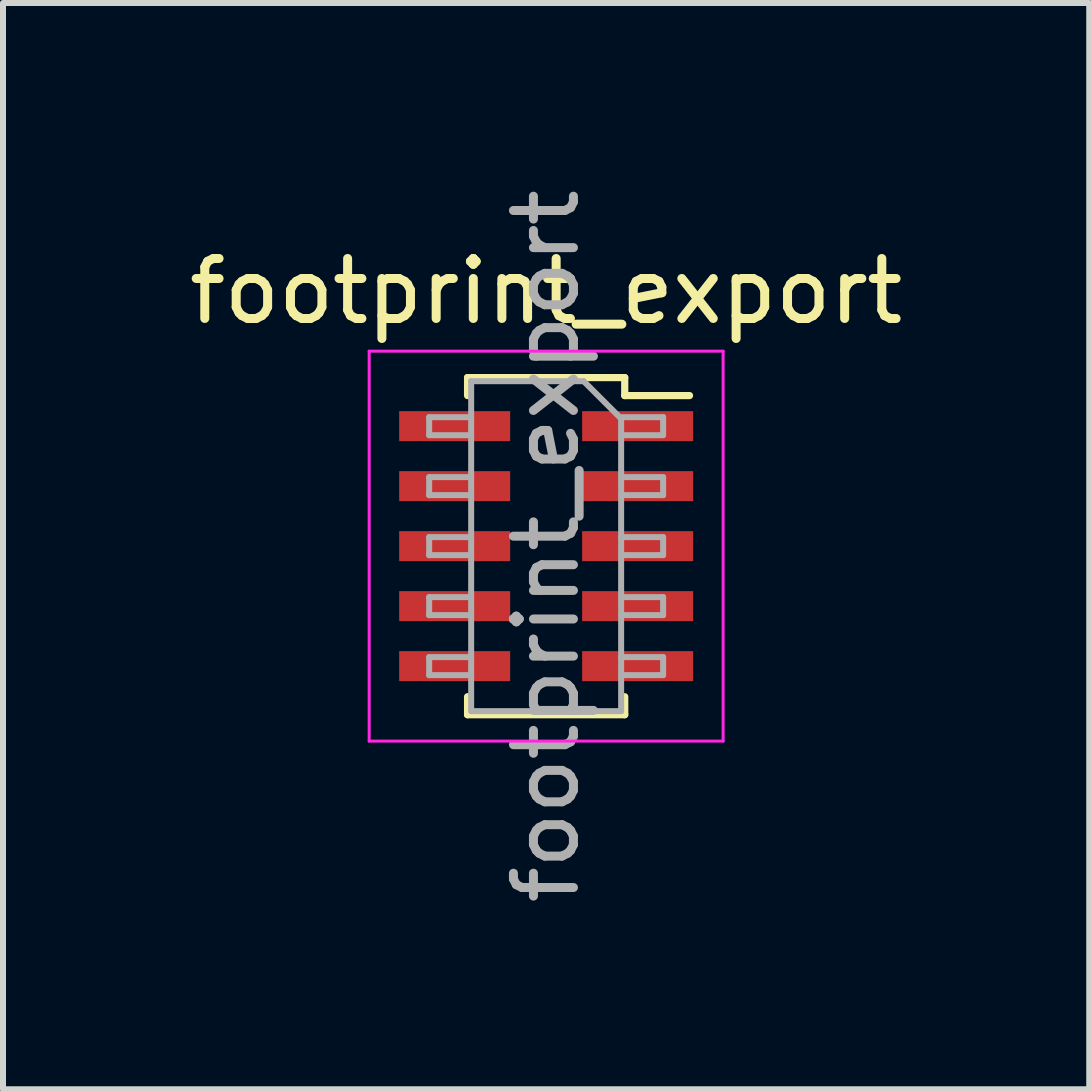
<source format=kicad_pcb>
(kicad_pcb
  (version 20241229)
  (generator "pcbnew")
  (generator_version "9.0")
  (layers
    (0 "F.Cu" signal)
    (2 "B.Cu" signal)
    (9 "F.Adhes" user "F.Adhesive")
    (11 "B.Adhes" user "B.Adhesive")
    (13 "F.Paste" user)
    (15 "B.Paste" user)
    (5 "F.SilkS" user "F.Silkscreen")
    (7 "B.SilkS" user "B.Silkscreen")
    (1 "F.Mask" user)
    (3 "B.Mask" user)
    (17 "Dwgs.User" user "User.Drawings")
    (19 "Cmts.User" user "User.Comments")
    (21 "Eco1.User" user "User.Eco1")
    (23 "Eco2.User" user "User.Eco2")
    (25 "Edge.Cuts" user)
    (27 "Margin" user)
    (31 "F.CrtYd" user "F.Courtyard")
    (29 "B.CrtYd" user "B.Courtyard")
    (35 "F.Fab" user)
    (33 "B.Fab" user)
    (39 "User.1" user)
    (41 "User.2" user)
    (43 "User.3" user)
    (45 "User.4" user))
  (footprint "footprint_export"
    (layer "F.Cu")
    (at 6.054 6.054)
    (property "Reference" "footprint_export" (at 0 -4.25 0) (layer "F.SilkS") (effects (font (size 1 1) (thickness 0.15))))
    (attr smd)
    (fp_line (start -1.31 -2.81) (end -1.31 -2.51) (stroke (width 0.12) (type solid)) (layer "F.SilkS"))
    (fp_line (start -1.31 -2.81) (end 1.31 -2.81) (stroke (width 0.12) (type solid)) (layer "F.SilkS"))
    (fp_line (start -1.31 2.51) (end -1.31 2.81) (stroke (width 0.12) (type solid)) (layer "F.SilkS"))
    (fp_line (start -1.31 2.81) (end 1.31 2.81) (stroke (width 0.12) (type solid)) (layer "F.SilkS"))
    (fp_line (start 1.31 -2.81) (end 1.31 -2.51) (stroke (width 0.12) (type solid)) (layer "F.SilkS"))
    (fp_line (start 1.31 -2.51) (end 2.39 -2.51) (stroke (width 0.12) (type solid)) (layer "F.SilkS"))
    (fp_line (start 1.31 2.51) (end 1.31 2.81) (stroke (width 0.12) (type solid)) (layer "F.SilkS"))
    (fp_line (start -2.95 -3.25) (end 2.95 -3.25) (stroke (width 0.05) (type solid)) (layer "F.CrtYd"))
    (fp_line (start -2.95 3.25) (end -2.95 -3.25) (stroke (width 0.05) (type solid)) (layer "F.CrtYd"))
    (fp_line (start 2.95 -3.25) (end 2.95 3.25) (stroke (width 0.05) (type solid)) (layer "F.CrtYd"))
    (fp_line (start 2.95 3.25) (end -2.95 3.25) (stroke (width 0.05) (type solid)) (layer "F.CrtYd"))
    (fp_line (start -1.95 -2.15) (end -1.25 -2.15) (stroke (width 0.1) (type solid)) (layer "F.Fab"))
    (fp_line (start -1.95 -1.85) (end -1.95 -2.15) (stroke (width 0.1) (type solid)) (layer "F.Fab"))
    (fp_line (start -1.95 -1.15) (end -1.25 -1.15) (stroke (width 0.1) (type solid)) (layer "F.Fab"))
    (fp_line (start -1.95 -0.85) (end -1.95 -1.15) (stroke (width 0.1) (type solid)) (layer "F.Fab"))
    (fp_line (start -1.95 -0.15) (end -1.25 -0.15) (stroke (width 0.1) (type solid)) (layer "F.Fab"))
    (fp_line (start -1.95 0.15) (end -1.95 -0.15) (stroke (width 0.1) (type solid)) (layer "F.Fab"))
    (fp_line (start -1.95 0.85) (end -1.25 0.85) (stroke (width 0.1) (type solid)) (layer "F.Fab"))
    (fp_line (start -1.95 1.15) (end -1.95 0.85) (stroke (width 0.1) (type solid)) (layer "F.Fab"))
    (fp_line (start -1.95 1.85) (end -1.25 1.85) (stroke (width 0.1) (type solid)) (layer "F.Fab"))
    (fp_line (start -1.95 2.15) (end -1.95 1.85) (stroke (width 0.1) (type solid)) (layer "F.Fab"))
    (fp_line (start -1.25 -2.75) (end 0.625 -2.75) (stroke (width 0.1) (type solid)) (layer "F.Fab"))
    (fp_line (start -1.25 -1.85) (end -1.95 -1.85) (stroke (width 0.1) (type solid)) (layer "F.Fab"))
    (fp_line (start -1.25 -0.85) (end -1.95 -0.85) (stroke (width 0.1) (type solid)) (layer "F.Fab"))
    (fp_line (start -1.25 0.15) (end -1.95 0.15) (stroke (width 0.1) (type solid)) (layer "F.Fab"))
    (fp_line (start -1.25 1.15) (end -1.95 1.15) (stroke (width 0.1) (type solid)) (layer "F.Fab"))
    (fp_line (start -1.25 2.15) (end -1.95 2.15) (stroke (width 0.1) (type solid)) (layer "F.Fab"))
    (fp_line (start -1.25 2.75) (end -1.25 -2.75) (stroke (width 0.1) (type solid)) (layer "F.Fab"))
    (fp_line (start 0.625 -2.75) (end 1.25 -2.125) (stroke (width 0.1) (type solid)) (layer "F.Fab"))
    (fp_line (start 1.25 -2.15) (end 1.95 -2.15) (stroke (width 0.1) (type solid)) (layer "F.Fab"))
    (fp_line (start 1.25 -2.125) (end 1.25 2.75) (stroke (width 0.1) (type solid)) (layer "F.Fab"))
    (fp_line (start 1.25 -1.15) (end 1.95 -1.15) (stroke (width 0.1) (type solid)) (layer "F.Fab"))
    (fp_line (start 1.25 -0.15) (end 1.95 -0.15) (stroke (width 0.1) (type solid)) (layer "F.Fab"))
    (fp_line (start 1.25 0.85) (end 1.95 0.85) (stroke (width 0.1) (type solid)) (layer "F.Fab"))
    (fp_line (start 1.25 1.85) (end 1.95 1.85) (stroke (width 0.1) (type solid)) (layer "F.Fab"))
    (fp_line (start 1.25 2.75) (end -1.25 2.75) (stroke (width 0.1) (type solid)) (layer "F.Fab"))
    (fp_line (start 1.95 -2.15) (end 1.95 -1.85) (stroke (width 0.1) (type solid)) (layer "F.Fab"))
    (fp_line (start 1.95 -1.85) (end 1.25 -1.85) (stroke (width 0.1) (type solid)) (layer "F.Fab"))
    (fp_line (start 1.95 -1.15) (end 1.95 -0.85) (stroke (width 0.1) (type solid)) (layer "F.Fab"))
    (fp_line (start 1.95 -0.85) (end 1.25 -0.85) (stroke (width 0.1) (type solid)) (layer "F.Fab"))
    (fp_line (start 1.95 -0.15) (end 1.95 0.15) (stroke (width 0.1) (type solid)) (layer "F.Fab"))
    (fp_line (start 1.95 0.15) (end 1.25 0.15) (stroke (width 0.1) (type solid)) (layer "F.Fab"))
    (fp_line (start 1.95 0.85) (end 1.95 1.15) (stroke (width 0.1) (type solid)) (layer "F.Fab"))
    (fp_line (start 1.95 1.15) (end 1.25 1.15) (stroke (width 0.1) (type solid)) (layer "F.Fab"))
    (fp_line (start 1.95 1.85) (end 1.95 2.15) (stroke (width 0.1) (type solid)) (layer "F.Fab"))
    (fp_line (start 1.95 2.15) (end 1.25 2.15) (stroke (width 0.1) (type solid)) (layer "F.Fab"))
    (fp_text user "${REFERENCE}" (at 0 0 90) (layer "F.Fab") (effects (font (size 1 1) (thickness 0.15))))
    (pad "1" smd rect (at 1.525 -2) (size 1.85 0.5) (layers "F.Cu" "F.Mask" "F.Paste"))
    (pad "2" smd rect (at -1.525 -2) (size 1.85 0.5) (layers "F.Cu" "F.Mask" "F.Paste"))
    (pad "3" smd rect (at 1.525 -1) (size 1.85 0.5) (layers "F.Cu" "F.Mask" "F.Paste"))
    (pad "4" smd rect (at -1.525 -1) (size 1.85 0.5) (layers "F.Cu" "F.Mask" "F.Paste"))
    (pad "5" smd rect (at 1.525 0) (size 1.85 0.5) (layers "F.Cu" "F.Mask" "F.Paste"))
    (pad "6" smd rect (at -1.525 0) (size 1.85 0.5) (layers "F.Cu" "F.Mask" "F.Paste"))
    (pad "7" smd rect (at 1.525 1) (size 1.85 0.5) (layers "F.Cu" "F.Mask" "F.Paste"))
    (pad "8" smd rect (at -1.525 1) (size 1.85 0.5) (layers "F.Cu" "F.Mask" "F.Paste"))
    (pad "9" smd rect (at 1.525 2) (size 1.85 0.5) (layers "F.Cu" "F.Mask" "F.Paste"))
    (pad "10" smd rect (at -1.525 2) (size 1.85 0.5) (layers "F.Cu" "F.Mask" "F.Paste")))
  (gr_rect
    (start -3 -3)
    (end 15.107 15.107)
    (stroke (width 0.1) (type default))
    (fill no)
    (layer "Edge.Cuts")))
</source>
